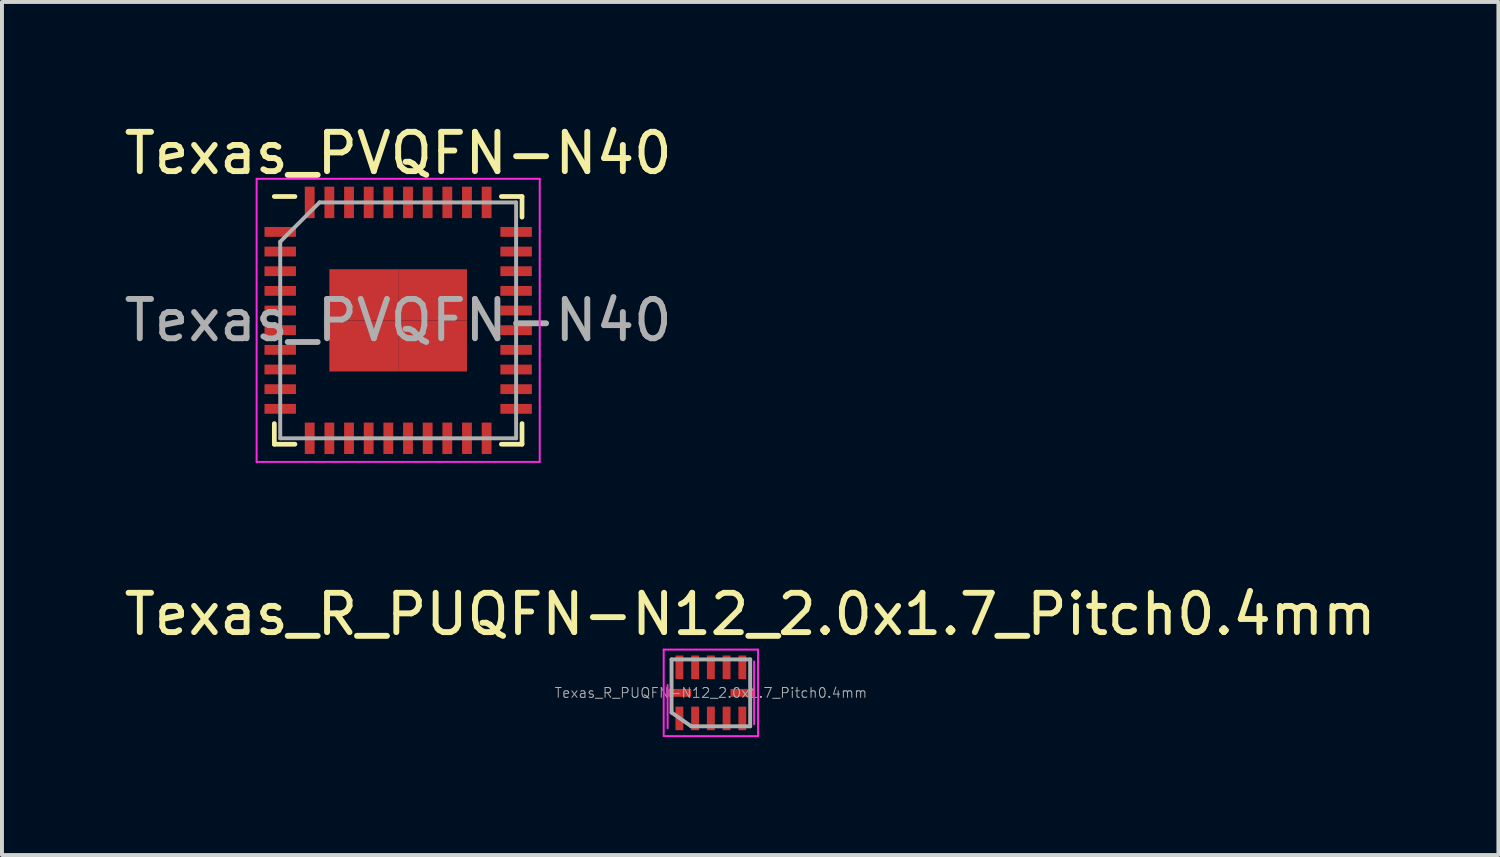
<source format=kicad_pcb>
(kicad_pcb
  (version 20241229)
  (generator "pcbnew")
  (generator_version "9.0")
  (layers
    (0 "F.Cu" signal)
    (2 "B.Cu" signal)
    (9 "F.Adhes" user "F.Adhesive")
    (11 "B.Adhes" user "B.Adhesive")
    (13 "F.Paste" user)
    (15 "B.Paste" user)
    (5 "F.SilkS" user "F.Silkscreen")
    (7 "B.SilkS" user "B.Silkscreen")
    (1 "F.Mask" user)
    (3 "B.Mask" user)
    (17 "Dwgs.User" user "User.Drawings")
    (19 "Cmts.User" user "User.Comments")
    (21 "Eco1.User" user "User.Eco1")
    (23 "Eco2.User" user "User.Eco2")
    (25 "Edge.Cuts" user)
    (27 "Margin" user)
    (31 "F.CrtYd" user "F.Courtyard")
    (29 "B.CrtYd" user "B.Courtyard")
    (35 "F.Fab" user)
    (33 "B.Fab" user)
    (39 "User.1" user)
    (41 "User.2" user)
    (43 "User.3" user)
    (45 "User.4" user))
  (footprint "Texas_R_PUQFN-N12_2.0x1.7_Pitch0.4mm"
    (layer "F.Cu")
    (at 15.03 14.572)
    (property "Reference" "Texas_R_PUQFN-N12_2.0x1.7_Pitch0.4mm" (at 1 -2 0) (layer "F.SilkS") (effects (font (size 1 1) (thickness 0.15))))
    (attr smd)
    (fp_line (start -1.2 -1.1) (end 1.2 -1.1) (stroke (width 0.05) (type solid)) (layer "F.CrtYd"))
    (fp_line (start -1.2 1.1) (end -1.2 -1.1) (stroke (width 0.05) (type solid)) (layer "F.CrtYd"))
    (fp_line (start -1.1 -0.2) (end -1.1 0.9) (stroke (width 0.05) (type solid)) (layer "F.CrtYd"))
    (fp_line (start 1.1 -0.8) (end 1.1 0.8) (stroke (width 0.05) (type solid)) (layer "F.CrtYd"))
    (fp_line (start 1.2 -1.1) (end 1.2 1.1) (stroke (width 0.05) (type solid)) (layer "F.CrtYd"))
    (fp_line (start 1.2 1.1) (end -1.2 1.1) (stroke (width 0.05) (type solid)) (layer "F.CrtYd"))
    (fp_line (start -1 -0.85) (end 1 -0.85) (stroke (width 0.1) (type solid)) (layer "F.Fab"))
    (fp_line (start -1 0.5) (end -1 -0.85) (stroke (width 0.1) (type solid)) (layer "F.Fab"))
    (fp_line (start -1 0.5) (end -0.5 0.85) (stroke (width 0.1) (type solid)) (layer "F.Fab"))
    (fp_line (start 1 -0.85) (end 1 0.85) (stroke (width 0.1) (type solid)) (layer "F.Fab"))
    (fp_line (start 1 0.85) (end -0.5 0.85) (stroke (width 0.1) (type solid)) (layer "F.Fab"))
    (fp_text user "${REFERENCE}" (at 0 0 0) (layer "F.Fab") (effects (font (size 0.25 0.25) (thickness 0.025))))
    (pad "1" smd rect (at -0.8 0.65) (size 0.2 0.6) (layers "F.Cu" "F.Mask" "F.Paste"))
    (pad "2" smd rect (at -0.4 0.65) (size 0.2 0.6) (layers "F.Cu" "F.Mask" "F.Paste"))
    (pad "3" smd rect (at 0 0.65) (size 0.2 0.6) (layers "F.Cu" "F.Mask" "F.Paste"))
    (pad "4" smd rect (at 0.4 0.65) (size 0.2 0.6) (layers "F.Cu" "F.Mask" "F.Paste"))
    (pad "5" smd rect (at 0.8 0.65) (size 0.2 0.6) (layers "F.Cu" "F.Mask" "F.Paste"))
    (pad "6" smd rect (at 0.8 0) (size 0.6 0.2) (layers "F.Cu" "F.Mask" "F.Paste"))
    (pad "7" smd rect (at 0.8 -0.65) (size 0.2 0.6) (layers "F.Cu" "F.Mask" "F.Paste"))
    (pad "8" smd rect (at 0.4 -0.65) (size 0.2 0.6) (layers "F.Cu" "F.Mask" "F.Paste"))
    (pad "9" smd rect (at 0 -0.65) (size 0.2 0.6) (layers "F.Cu" "F.Mask" "F.Paste"))
    (pad "10" smd rect (at -0.4 -0.65) (size 0.2 0.6) (layers "F.Cu" "F.Mask" "F.Paste"))
    (pad "11" smd rect (at -0.8 -0.65) (size 0.2 0.6) (layers "F.Cu" "F.Mask" "F.Paste"))
    (pad "12" smd rect (at -0.8 0) (size 0.6 0.2) (layers "F.Cu" "F.Mask" "F.Paste")))
  (footprint "Texas_PVQFN-N40"
    (layer "F.Cu")
    (at 7.077 5.098)
    (property "Reference" "Texas_PVQFN-N40" (at 0 -4.25 0) (layer "F.SilkS") (effects (font (size 1 1) (thickness 0.15))))
    (attr smd)
    (fp_line (start -3.15 -3.15) (end -2.625 -3.15) (stroke (width 0.12) (type solid)) (layer "F.SilkS"))
    (fp_line (start -3.15 3.15) (end -3.15 2.625) (stroke (width 0.12) (type solid)) (layer "F.SilkS"))
    (fp_line (start -3.15 3.15) (end -2.625 3.15) (stroke (width 0.12) (type solid)) (layer "F.SilkS"))
    (fp_line (start 3.15 -3.15) (end 2.625 -3.15) (stroke (width 0.12) (type solid)) (layer "F.SilkS"))
    (fp_line (start 3.15 -3.15) (end 3.15 -2.625) (stroke (width 0.12) (type solid)) (layer "F.SilkS"))
    (fp_line (start 3.15 3.15) (end 2.625 3.15) (stroke (width 0.12) (type solid)) (layer "F.SilkS"))
    (fp_line (start 3.15 3.15) (end 3.15 2.625) (stroke (width 0.12) (type solid)) (layer "F.SilkS"))
    (fp_line (start -3.6 -3.6) (end -3.6 3.6) (stroke (width 0.05) (type solid)) (layer "F.CrtYd"))
    (fp_line (start -3.6 -3.6) (end 3.6 -3.6) (stroke (width 0.05) (type solid)) (layer "F.CrtYd"))
    (fp_line (start -3.6 3.6) (end 3.6 3.6) (stroke (width 0.05) (type solid)) (layer "F.CrtYd"))
    (fp_line (start 3.6 -3.6) (end 3.6 3.6) (stroke (width 0.05) (type solid)) (layer "F.CrtYd"))
    (fp_line (start -3 3) (end -3 -2) (stroke (width 0.1) (type solid)) (layer "F.Fab"))
    (fp_line (start -2 -3) (end -3 -2) (stroke (width 0.1) (type solid)) (layer "F.Fab"))
    (fp_line (start -2 -3) (end 3 -3) (stroke (width 0.1) (type solid)) (layer "F.Fab"))
    (fp_line (start 3 -3) (end 3 3) (stroke (width 0.1) (type solid)) (layer "F.Fab"))
    (fp_line (start 3 3) (end -3 3) (stroke (width 0.1) (type solid)) (layer "F.Fab"))
    (fp_text user "${REFERENCE}" (at 0 0 0) (layer "F.Fab") (effects (font (size 1 1) (thickness 0.15))))
    (pad "1" smd rect (at -3 -2.25) (size 0.8 0.25) (layers "F.Cu" "F.Mask" "F.Paste"))
    (pad "2" smd rect (at -3 -1.75) (size 0.8 0.25) (layers "F.Cu" "F.Mask" "F.Paste"))
    (pad "3" smd rect (at -3 -1.25) (size 0.8 0.25) (layers "F.Cu" "F.Mask" "F.Paste"))
    (pad "4" smd rect (at -3 -0.75) (size 0.8 0.25) (layers "F.Cu" "F.Mask" "F.Paste"))
    (pad "5" smd rect (at -3 -0.25) (size 0.8 0.25) (layers "F.Cu" "F.Mask" "F.Paste"))
    (pad "6" smd rect (at -3 0.25) (size 0.8 0.25) (layers "F.Cu" "F.Mask" "F.Paste"))
    (pad "7" smd rect (at -3 0.75) (size 0.8 0.25) (layers "F.Cu" "F.Mask" "F.Paste"))
    (pad "8" smd rect (at -3 1.25) (size 0.8 0.25) (layers "F.Cu" "F.Mask" "F.Paste"))
    (pad "9" smd rect (at -3 1.75) (size 0.8 0.25) (layers "F.Cu" "F.Mask" "F.Paste"))
    (pad "10" smd rect (at -3 2.25) (size 0.8 0.25) (layers "F.Cu" "F.Mask" "F.Paste"))
    (pad "11" smd rect (at -2.25 3 90) (size 0.8 0.25) (layers "F.Cu" "F.Mask" "F.Paste"))
    (pad "12" smd rect (at -1.75 3 90) (size 0.8 0.25) (layers "F.Cu" "F.Mask" "F.Paste"))
    (pad "13" smd rect (at -1.25 3 90) (size 0.8 0.25) (layers "F.Cu" "F.Mask" "F.Paste"))
    (pad "14" smd rect (at -0.75 3 90) (size 0.8 0.25) (layers "F.Cu" "F.Mask" "F.Paste"))
    (pad "15" smd rect (at -0.25 3 90) (size 0.8 0.25) (layers "F.Cu" "F.Mask" "F.Paste"))
    (pad "16" smd rect (at 0.25 3 90) (size 0.8 0.25) (layers "F.Cu" "F.Mask" "F.Paste"))
    (pad "17" smd rect (at 0.75 3 90) (size 0.8 0.25) (layers "F.Cu" "F.Mask" "F.Paste"))
    (pad "18" smd rect (at 1.25 3 90) (size 0.8 0.25) (layers "F.Cu" "F.Mask" "F.Paste"))
    (pad "19" smd rect (at 1.75 3 90) (size 0.8 0.25) (layers "F.Cu" "F.Mask" "F.Paste"))
    (pad "20" smd rect (at 2.25 3 90) (size 0.8 0.25) (layers "F.Cu" "F.Mask" "F.Paste"))
    (pad "21" smd rect (at 3 2.25) (size 0.8 0.25) (layers "F.Cu" "F.Mask" "F.Paste"))
    (pad "22" smd rect (at 3 1.75) (size 0.8 0.25) (layers "F.Cu" "F.Mask" "F.Paste"))
    (pad "23" smd rect (at 3 1.25) (size 0.8 0.25) (layers "F.Cu" "F.Mask" "F.Paste"))
    (pad "24" smd rect (at 3 0.75) (size 0.8 0.25) (layers "F.Cu" "F.Mask" "F.Paste"))
    (pad "25" smd rect (at 3 0.25) (size 0.8 0.25) (layers "F.Cu" "F.Mask" "F.Paste"))
    (pad "26" smd rect (at 3 -0.25) (size 0.8 0.25) (layers "F.Cu" "F.Mask" "F.Paste"))
    (pad "27" smd rect (at 3 -0.75) (size 0.8 0.25) (layers "F.Cu" "F.Mask" "F.Paste"))
    (pad "28" smd rect (at 3 -1.25) (size 0.8 0.25) (layers "F.Cu" "F.Mask" "F.Paste"))
    (pad "29" smd rect (at 3 -1.75) (size 0.8 0.25) (layers "F.Cu" "F.Mask" "F.Paste"))
    (pad "30" smd rect (at 3 -2.25) (size 0.8 0.25) (layers "F.Cu" "F.Mask" "F.Paste"))
    (pad "31" smd rect (at 2.25 -3 90) (size 0.8 0.25) (layers "F.Cu" "F.Mask" "F.Paste"))
    (pad "32" smd rect (at 1.75 -3 90) (size 0.8 0.25) (layers "F.Cu" "F.Mask" "F.Paste"))
    (pad "33" smd rect (at 1.25 -3 90) (size 0.8 0.25) (layers "F.Cu" "F.Mask" "F.Paste"))
    (pad "34" smd rect (at 0.75 -3 90) (size 0.8 0.25) (layers "F.Cu" "F.Mask" "F.Paste"))
    (pad "35" smd rect (at 0.25 -3 90) (size 0.8 0.25) (layers "F.Cu" "F.Mask" "F.Paste"))
    (pad "36" smd rect (at -0.25 -3 90) (size 0.8 0.25) (layers "F.Cu" "F.Mask" "F.Paste"))
    (pad "37" smd rect (at -0.75 -3 90) (size 0.8 0.25) (layers "F.Cu" "F.Mask" "F.Paste"))
    (pad "38" smd rect (at -1.25 -3 90) (size 0.8 0.25) (layers "F.Cu" "F.Mask" "F.Paste"))
    (pad "39" smd rect (at -1.75 -3 90) (size 0.8 0.25) (layers "F.Cu" "F.Mask" "F.Paste"))
    (pad "40" smd rect (at -2.25 -3 90) (size 0.8 0.25) (layers "F.Cu" "F.Mask" "F.Paste"))
    (pad "41" smd rect (at -0.875 -0.65 90) (size 1.3 1.75) (layers "F.Cu" "F.Mask" "F.Paste"))
    (pad "41" smd rect (at -0.875 0.65 90) (size 1.3 1.75) (layers "F.Cu" "F.Mask" "F.Paste"))
    (pad "41" smd rect (at 0.875 -0.65 90) (size 1.3 1.75) (layers "F.Cu" "F.Mask" "F.Paste"))
    (pad "41" smd rect (at 0.875 0.65 90) (size 1.3 1.75) (layers "F.Cu" "F.Mask" "F.Paste")))
  (gr_rect
    (start -3 -3)
    (end 35.06 18.697)
    (stroke (width 0.1) (type default))
    (fill no)
    (layer "Edge.Cuts")))
</source>
